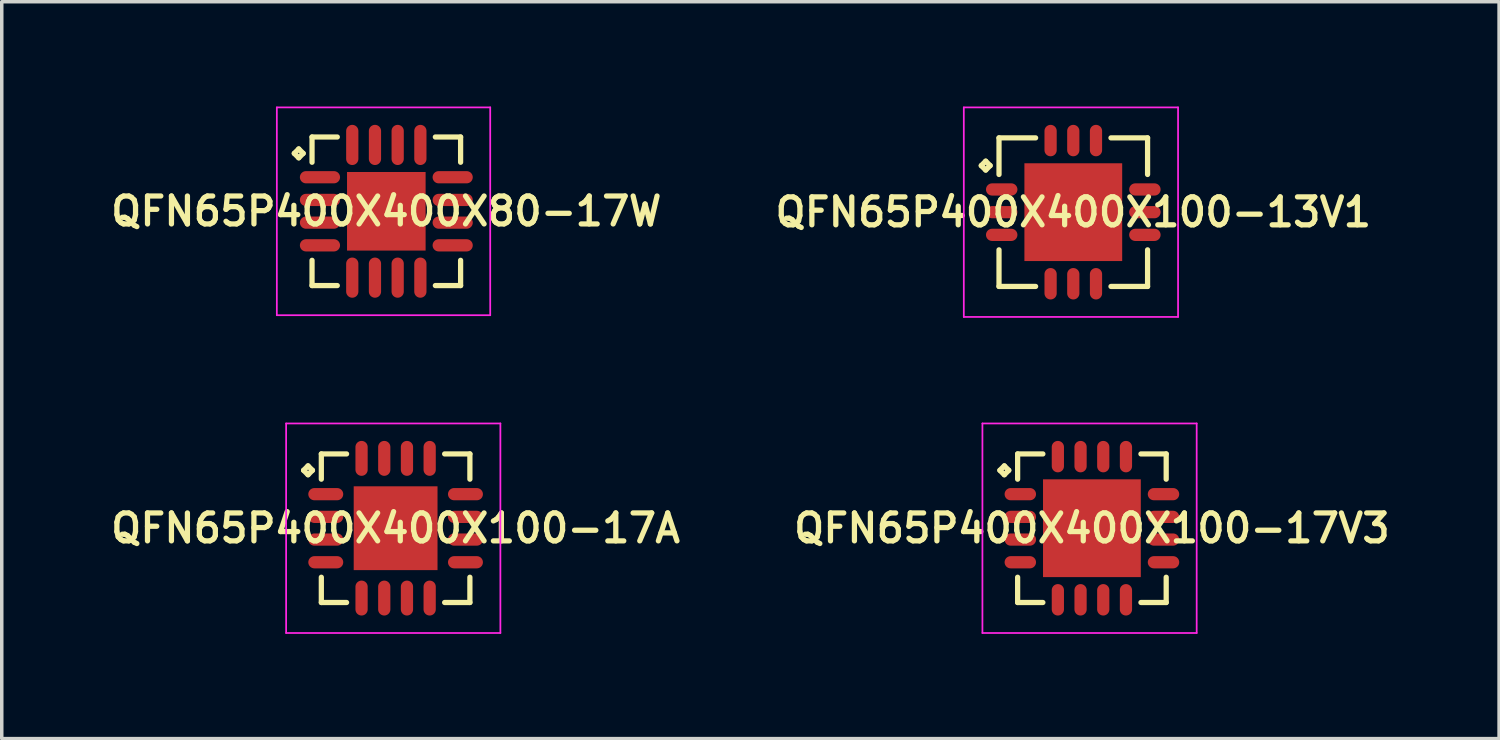
<source format=kicad_pcb>
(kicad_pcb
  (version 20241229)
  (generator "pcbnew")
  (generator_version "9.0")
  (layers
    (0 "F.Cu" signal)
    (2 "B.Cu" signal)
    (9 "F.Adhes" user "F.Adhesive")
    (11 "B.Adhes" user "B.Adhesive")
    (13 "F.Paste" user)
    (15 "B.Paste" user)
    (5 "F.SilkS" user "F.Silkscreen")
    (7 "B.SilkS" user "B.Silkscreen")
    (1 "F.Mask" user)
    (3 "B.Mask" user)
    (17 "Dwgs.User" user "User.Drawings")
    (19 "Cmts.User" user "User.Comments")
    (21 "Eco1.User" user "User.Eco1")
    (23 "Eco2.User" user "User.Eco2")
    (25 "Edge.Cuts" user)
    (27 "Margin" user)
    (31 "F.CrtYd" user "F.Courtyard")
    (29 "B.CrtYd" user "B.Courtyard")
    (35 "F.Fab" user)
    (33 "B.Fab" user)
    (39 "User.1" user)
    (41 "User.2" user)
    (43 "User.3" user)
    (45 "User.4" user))
  (footprint "QFN65P400X400X100-17V3"
    (layer "F.Cu")
    (at 28.216 12.075)
    (property "Reference" "QFN65P400X400X100-17V3" (at 0 0 0) (layer "F.SilkS") (effects (font (size 0.8 0.8) (thickness 0.15))))
    (attr smd)
    (fp_line (start -2.635 -1.658) (end -2.508 -1.785) (stroke (width 0.15) (type solid)) (layer "F.SilkS"))
    (fp_line (start -2.508 -1.785) (end -2.381 -1.658) (stroke (width 0.15) (type solid)) (layer "F.SilkS"))
    (fp_line (start -2.508 -1.531) (end -2.635 -1.658) (stroke (width 0.15) (type solid)) (layer "F.SilkS"))
    (fp_line (start -2.381 -1.658) (end -2.508 -1.531) (stroke (width 0.15) (type solid)) (layer "F.SilkS"))
    (fp_line (start -2.127 -2.127) (end -1.404 -2.127) (stroke (width 0.15) (type solid)) (layer "F.SilkS"))
    (fp_line (start -2.127 -1.404) (end -2.127 -2.127) (stroke (width 0.15) (type solid)) (layer "F.SilkS"))
    (fp_line (start -2.127 1.404) (end -2.127 2.127) (stroke (width 0.15) (type solid)) (layer "F.SilkS"))
    (fp_line (start -2.127 2.127) (end -1.404 2.127) (stroke (width 0.15) (type solid)) (layer "F.SilkS"))
    (fp_line (start 1.404 -2.127) (end 2.127 -2.127) (stroke (width 0.15) (type solid)) (layer "F.SilkS"))
    (fp_line (start 1.404 2.127) (end 2.127 2.127) (stroke (width 0.15) (type solid)) (layer "F.SilkS"))
    (fp_line (start 2.127 -2.127) (end 2.127 -1.404) (stroke (width 0.15) (type solid)) (layer "F.SilkS"))
    (fp_line (start 2.127 2.127) (end 2.127 1.404) (stroke (width 0.15) (type solid)) (layer "F.SilkS"))
    (fp_line (start -3.135 -3) (end 3 -3) (stroke (width 0.05) (type solid)) (layer "F.CrtYd"))
    (fp_line (start -3.135 3) (end -3.135 -3) (stroke (width 0.05) (type solid)) (layer "F.CrtYd"))
    (fp_line (start 3 -3) (end 3 3) (stroke (width 0.05) (type solid)) (layer "F.CrtYd"))
    (fp_line (start 3 3) (end -3.135 3) (stroke (width 0.05) (type solid)) (layer "F.CrtYd"))
    (pad "1" smd oval (at -2.05 -0.975) (size 0.9 0.35) (layers "F.Cu" "F.Mask" "F.Paste"))
    (pad "2" smd oval (at -2.05 -0.325) (size 0.9 0.35) (layers "F.Cu" "F.Mask" "F.Paste"))
    (pad "3" smd oval (at -2.05 0.325) (size 0.9 0.35) (layers "F.Cu" "F.Mask" "F.Paste"))
    (pad "4" smd oval (at -2.05 0.975) (size 0.9 0.35) (layers "F.Cu" "F.Mask" "F.Paste"))
    (pad "5" smd oval (at -0.975 2.05) (size 0.35 0.9) (layers "F.Cu" "F.Mask" "F.Paste"))
    (pad "6" smd oval (at -0.325 2.05) (size 0.35 0.9) (layers "F.Cu" "F.Mask" "F.Paste"))
    (pad "7" smd oval (at 0.325 2.05) (size 0.35 0.9) (layers "F.Cu" "F.Mask" "F.Paste"))
    (pad "8" smd oval (at 0.975 2.05) (size 0.35 0.9) (layers "F.Cu" "F.Mask" "F.Paste"))
    (pad "9" smd oval (at 2.05 0.975) (size 0.9 0.35) (layers "F.Cu" "F.Mask" "F.Paste"))
    (pad "10" smd oval (at 2.05 0.325) (size 0.9 0.35) (layers "F.Cu" "F.Mask" "F.Paste"))
    (pad "11" smd oval (at 2.05 -0.325) (size 0.9 0.35) (layers "F.Cu" "F.Mask" "F.Paste"))
    (pad "12" smd oval (at 2.05 -0.975) (size 0.9 0.35) (layers "F.Cu" "F.Mask" "F.Paste"))
    (pad "13" smd oval (at 0.975 -2.05) (size 0.35 0.9) (layers "F.Cu" "F.Mask" "F.Paste"))
    (pad "14" smd oval (at 0.325 -2.05) (size 0.35 0.9) (layers "F.Cu" "F.Mask" "F.Paste"))
    (pad "15" smd oval (at -0.325 -2.05) (size 0.35 0.9) (layers "F.Cu" "F.Mask" "F.Paste"))
    (pad "16" smd oval (at -0.975 -2.05) (size 0.35 0.9) (layers "F.Cu" "F.Mask" "F.Paste"))
    (pad "17" smd rect (at 0 0) (size 2.8 2.8) (layers "F.Cu" "F.Mask" "F.Paste")))
  (footprint "QFN65P400X400X100-17A"
    (layer "F.Cu")
    (at 8.278 12.075)
    (property "Reference" "QFN65P400X400X100-17A" (at 0 0 0) (layer "F.SilkS") (effects (font (size 0.8 0.8) (thickness 0.15))))
    (attr smd)
    (fp_line (start -2.635 -1.658) (end -2.508 -1.785) (stroke (width 0.15) (type solid)) (layer "F.SilkS"))
    (fp_line (start -2.508 -1.785) (end -2.381 -1.658) (stroke (width 0.15) (type solid)) (layer "F.SilkS"))
    (fp_line (start -2.508 -1.531) (end -2.635 -1.658) (stroke (width 0.15) (type solid)) (layer "F.SilkS"))
    (fp_line (start -2.381 -1.658) (end -2.508 -1.531) (stroke (width 0.15) (type solid)) (layer "F.SilkS"))
    (fp_line (start -2.127 -2.127) (end -1.404 -2.127) (stroke (width 0.15) (type solid)) (layer "F.SilkS"))
    (fp_line (start -2.127 -1.404) (end -2.127 -2.127) (stroke (width 0.15) (type solid)) (layer "F.SilkS"))
    (fp_line (start -2.127 1.404) (end -2.127 2.127) (stroke (width 0.15) (type solid)) (layer "F.SilkS"))
    (fp_line (start -2.127 2.127) (end -1.404 2.127) (stroke (width 0.15) (type solid)) (layer "F.SilkS"))
    (fp_line (start 1.404 -2.127) (end 2.127 -2.127) (stroke (width 0.15) (type solid)) (layer "F.SilkS"))
    (fp_line (start 1.404 2.127) (end 2.127 2.127) (stroke (width 0.15) (type solid)) (layer "F.SilkS"))
    (fp_line (start 2.127 -2.127) (end 2.127 -1.404) (stroke (width 0.15) (type solid)) (layer "F.SilkS"))
    (fp_line (start 2.127 2.127) (end 2.127 1.404) (stroke (width 0.15) (type solid)) (layer "F.SilkS"))
    (fp_line (start -3.135 -3) (end 3 -3) (stroke (width 0.05) (type solid)) (layer "F.CrtYd"))
    (fp_line (start -3.135 3) (end -3.135 -3) (stroke (width 0.05) (type solid)) (layer "F.CrtYd"))
    (fp_line (start 3 -3) (end 3 3) (stroke (width 0.05) (type solid)) (layer "F.CrtYd"))
    (fp_line (start 3 3) (end -3.135 3) (stroke (width 0.05) (type solid)) (layer "F.CrtYd"))
    (pad "1" smd oval (at -2 -0.975) (size 1 0.35) (layers "F.Cu" "F.Mask" "F.Paste"))
    (pad "2" smd oval (at -2 -0.325) (size 1 0.35) (layers "F.Cu" "F.Mask" "F.Paste"))
    (pad "3" smd oval (at -2 0.325) (size 1 0.35) (layers "F.Cu" "F.Mask" "F.Paste"))
    (pad "4" smd oval (at -2 0.975) (size 1 0.35) (layers "F.Cu" "F.Mask" "F.Paste"))
    (pad "5" smd oval (at -0.975 2) (size 0.35 1) (layers "F.Cu" "F.Mask" "F.Paste"))
    (pad "6" smd oval (at -0.325 2) (size 0.35 1) (layers "F.Cu" "F.Mask" "F.Paste"))
    (pad "7" smd oval (at 0.325 2) (size 0.35 1) (layers "F.Cu" "F.Mask" "F.Paste"))
    (pad "8" smd oval (at 0.975 2) (size 0.35 1) (layers "F.Cu" "F.Mask" "F.Paste"))
    (pad "9" smd oval (at 2 0.975) (size 1 0.35) (layers "F.Cu" "F.Mask" "F.Paste"))
    (pad "10" smd oval (at 2 0.325) (size 1 0.35) (layers "F.Cu" "F.Mask" "F.Paste"))
    (pad "11" smd oval (at 2 -0.325) (size 1 0.35) (layers "F.Cu" "F.Mask" "F.Paste"))
    (pad "12" smd oval (at 2 -0.975) (size 1 0.35) (layers "F.Cu" "F.Mask" "F.Paste"))
    (pad "13" smd oval (at 0.975 -2) (size 0.35 1) (layers "F.Cu" "F.Mask" "F.Paste"))
    (pad "14" smd oval (at 0.325 -2) (size 0.35 1) (layers "F.Cu" "F.Mask" "F.Paste"))
    (pad "15" smd oval (at -0.325 -2) (size 0.35 1) (layers "F.Cu" "F.Mask" "F.Paste"))
    (pad "16" smd oval (at -0.975 -2) (size 0.35 1) (layers "F.Cu" "F.Mask" "F.Paste"))
    (pad "17" smd rect (at 0 0) (size 2.4 2.4) (layers "F.Cu" "F.Mask" "F.Paste")))
  (footprint "QFN65P400X400X80-17W"
    (layer "F.Cu")
    (at 8.012 3)
    (property "Reference" "QFN65P400X400X80-17W" (at 0 0 0) (layer "F.SilkS") (effects (font (size 0.8 0.8) (thickness 0.15))))
    (attr smd)
    (fp_line (start -2.635 -1.658) (end -2.508 -1.785) (stroke (width 0.15) (type solid)) (layer "F.SilkS"))
    (fp_line (start -2.508 -1.785) (end -2.381 -1.658) (stroke (width 0.15) (type solid)) (layer "F.SilkS"))
    (fp_line (start -2.508 -1.531) (end -2.635 -1.658) (stroke (width 0.15) (type solid)) (layer "F.SilkS"))
    (fp_line (start -2.381 -1.658) (end -2.508 -1.531) (stroke (width 0.15) (type solid)) (layer "F.SilkS"))
    (fp_line (start -2.127 -2.127) (end -1.404 -2.127) (stroke (width 0.15) (type solid)) (layer "F.SilkS"))
    (fp_line (start -2.127 -1.404) (end -2.127 -2.127) (stroke (width 0.15) (type solid)) (layer "F.SilkS"))
    (fp_line (start -2.127 1.404) (end -2.127 2.127) (stroke (width 0.15) (type solid)) (layer "F.SilkS"))
    (fp_line (start -2.127 2.127) (end -1.404 2.127) (stroke (width 0.15) (type solid)) (layer "F.SilkS"))
    (fp_line (start 1.404 -2.127) (end 2.127 -2.127) (stroke (width 0.15) (type solid)) (layer "F.SilkS"))
    (fp_line (start 1.404 2.127) (end 2.127 2.127) (stroke (width 0.15) (type solid)) (layer "F.SilkS"))
    (fp_line (start 2.127 -2.127) (end 2.127 -1.404) (stroke (width 0.15) (type solid)) (layer "F.SilkS"))
    (fp_line (start 2.127 2.127) (end 2.127 1.404) (stroke (width 0.15) (type solid)) (layer "F.SilkS"))
    (fp_line (start -3.135 -2.975) (end 2.975 -2.975) (stroke (width 0.05) (type solid)) (layer "F.CrtYd"))
    (fp_line (start -3.135 2.975) (end -3.135 -2.975) (stroke (width 0.05) (type solid)) (layer "F.CrtYd"))
    (fp_line (start 2.975 -2.975) (end 2.975 2.975) (stroke (width 0.05) (type solid)) (layer "F.CrtYd"))
    (fp_line (start 2.975 2.975) (end -3.135 2.975) (stroke (width 0.05) (type solid)) (layer "F.CrtYd"))
    (pad "1" smd oval (at -1.9 -0.975) (size 1.15 0.35) (layers "F.Cu" "F.Mask" "F.Paste"))
    (pad "2" smd oval (at -1.9 -0.325) (size 1.15 0.35) (layers "F.Cu" "F.Mask" "F.Paste"))
    (pad "3" smd oval (at -1.9 0.325) (size 1.15 0.35) (layers "F.Cu" "F.Mask" "F.Paste"))
    (pad "4" smd oval (at -1.9 0.975) (size 1.15 0.35) (layers "F.Cu" "F.Mask" "F.Paste"))
    (pad "5" smd oval (at -0.975 1.9) (size 0.35 1.15) (layers "F.Cu" "F.Mask" "F.Paste"))
    (pad "6" smd oval (at -0.325 1.9) (size 0.35 1.15) (layers "F.Cu" "F.Mask" "F.Paste"))
    (pad "7" smd oval (at 0.325 1.9) (size 0.35 1.15) (layers "F.Cu" "F.Mask" "F.Paste"))
    (pad "8" smd oval (at 0.975 1.9) (size 0.35 1.15) (layers "F.Cu" "F.Mask" "F.Paste"))
    (pad "9" smd oval (at 1.9 0.975) (size 1.15 0.35) (layers "F.Cu" "F.Mask" "F.Paste"))
    (pad "10" smd oval (at 1.9 0.325) (size 1.15 0.35) (layers "F.Cu" "F.Mask" "F.Paste"))
    (pad "11" smd oval (at 1.9 -0.325) (size 1.15 0.35) (layers "F.Cu" "F.Mask" "F.Paste"))
    (pad "12" smd oval (at 1.9 -0.975) (size 1.15 0.35) (layers "F.Cu" "F.Mask" "F.Paste"))
    (pad "13" smd oval (at 0.975 -1.9) (size 0.35 1.15) (layers "F.Cu" "F.Mask" "F.Paste"))
    (pad "14" smd oval (at 0.325 -1.9) (size 0.35 1.15) (layers "F.Cu" "F.Mask" "F.Paste"))
    (pad "15" smd oval (at -0.325 -1.9) (size 0.35 1.15) (layers "F.Cu" "F.Mask" "F.Paste"))
    (pad "16" smd oval (at -0.975 -1.9) (size 0.35 1.15) (layers "F.Cu" "F.Mask" "F.Paste"))
    (pad "17" smd rect (at 0 0) (size 2.25 2.25) (layers "F.Cu" "F.Mask" "F.Paste")))
  (footprint "QFN65P400X400X100-13V1"
    (layer "F.Cu")
    (at 27.683 3.025)
    (property "Reference" "QFN65P400X400X100-13V1" (at 0 0 0) (layer "F.SilkS") (effects (font (size 0.8 0.8) (thickness 0.15))))
    (attr smd)
    (fp_line (start -2.635 -1.333) (end -2.508 -1.46) (stroke (width 0.15) (type solid)) (layer "F.SilkS"))
    (fp_line (start -2.508 -1.46) (end -2.381 -1.333) (stroke (width 0.15) (type solid)) (layer "F.SilkS"))
    (fp_line (start -2.508 -1.206) (end -2.635 -1.333) (stroke (width 0.15) (type solid)) (layer "F.SilkS"))
    (fp_line (start -2.381 -1.333) (end -2.508 -1.206) (stroke (width 0.15) (type solid)) (layer "F.SilkS"))
    (fp_line (start -2.127 -2.127) (end -1.079 -2.127) (stroke (width 0.15) (type solid)) (layer "F.SilkS"))
    (fp_line (start -2.127 -1.079) (end -2.127 -2.127) (stroke (width 0.15) (type solid)) (layer "F.SilkS"))
    (fp_line (start -2.127 1.079) (end -2.127 2.127) (stroke (width 0.15) (type solid)) (layer "F.SilkS"))
    (fp_line (start -2.127 2.127) (end -1.079 2.127) (stroke (width 0.15) (type solid)) (layer "F.SilkS"))
    (fp_line (start 1.079 -2.127) (end 2.127 -2.127) (stroke (width 0.15) (type solid)) (layer "F.SilkS"))
    (fp_line (start 1.079 2.127) (end 2.127 2.127) (stroke (width 0.15) (type solid)) (layer "F.SilkS"))
    (fp_line (start 2.127 -2.127) (end 2.127 -1.079) (stroke (width 0.15) (type solid)) (layer "F.SilkS"))
    (fp_line (start 2.127 2.127) (end 2.127 1.079) (stroke (width 0.15) (type solid)) (layer "F.SilkS"))
    (fp_line (start -3.135 -3) (end 3 -3) (stroke (width 0.05) (type solid)) (layer "F.CrtYd"))
    (fp_line (start -3.135 3) (end -3.135 -3) (stroke (width 0.05) (type solid)) (layer "F.CrtYd"))
    (fp_line (start 3 -3) (end 3 3) (stroke (width 0.05) (type solid)) (layer "F.CrtYd"))
    (fp_line (start 3 3) (end -3.135 3) (stroke (width 0.05) (type solid)) (layer "F.CrtYd"))
    (pad "1" smd oval (at -2.05 -0.65) (size 0.9 0.35) (layers "F.Cu" "F.Mask" "F.Paste"))
    (pad "2" smd oval (at -2.05 0) (size 0.9 0.35) (layers "F.Cu" "F.Mask" "F.Paste"))
    (pad "3" smd oval (at -2.05 0.65) (size 0.9 0.35) (layers "F.Cu" "F.Mask" "F.Paste"))
    (pad "4" smd oval (at -0.65 2.05) (size 0.35 0.9) (layers "F.Cu" "F.Mask" "F.Paste"))
    (pad "5" smd oval (at 0 2.05) (size 0.35 0.9) (layers "F.Cu" "F.Mask" "F.Paste"))
    (pad "6" smd oval (at 0.65 2.05) (size 0.35 0.9) (layers "F.Cu" "F.Mask" "F.Paste"))
    (pad "7" smd oval (at 2.05 0.65) (size 0.9 0.35) (layers "F.Cu" "F.Mask" "F.Paste"))
    (pad "8" smd oval (at 2.05 0) (size 0.9 0.35) (layers "F.Cu" "F.Mask" "F.Paste"))
    (pad "9" smd oval (at 2.05 -0.65) (size 0.9 0.35) (layers "F.Cu" "F.Mask" "F.Paste"))
    (pad "10" smd oval (at 0.65 -2.05) (size 0.35 0.9) (layers "F.Cu" "F.Mask" "F.Paste"))
    (pad "11" smd oval (at 0 -2.05) (size 0.35 0.9) (layers "F.Cu" "F.Mask" "F.Paste"))
    (pad "12" smd oval (at -0.65 -2.05) (size 0.35 0.9) (layers "F.Cu" "F.Mask" "F.Paste"))
    (pad "13" smd rect (at 0 0) (size 2.8 2.8) (layers "F.Cu" "F.Mask" "F.Paste")))
  (gr_rect
    (start -3 -3)
    (end 39.875 18.1)
    (stroke (width 0.1) (type default))
    (fill no)
    (layer "Edge.Cuts")))
</source>
